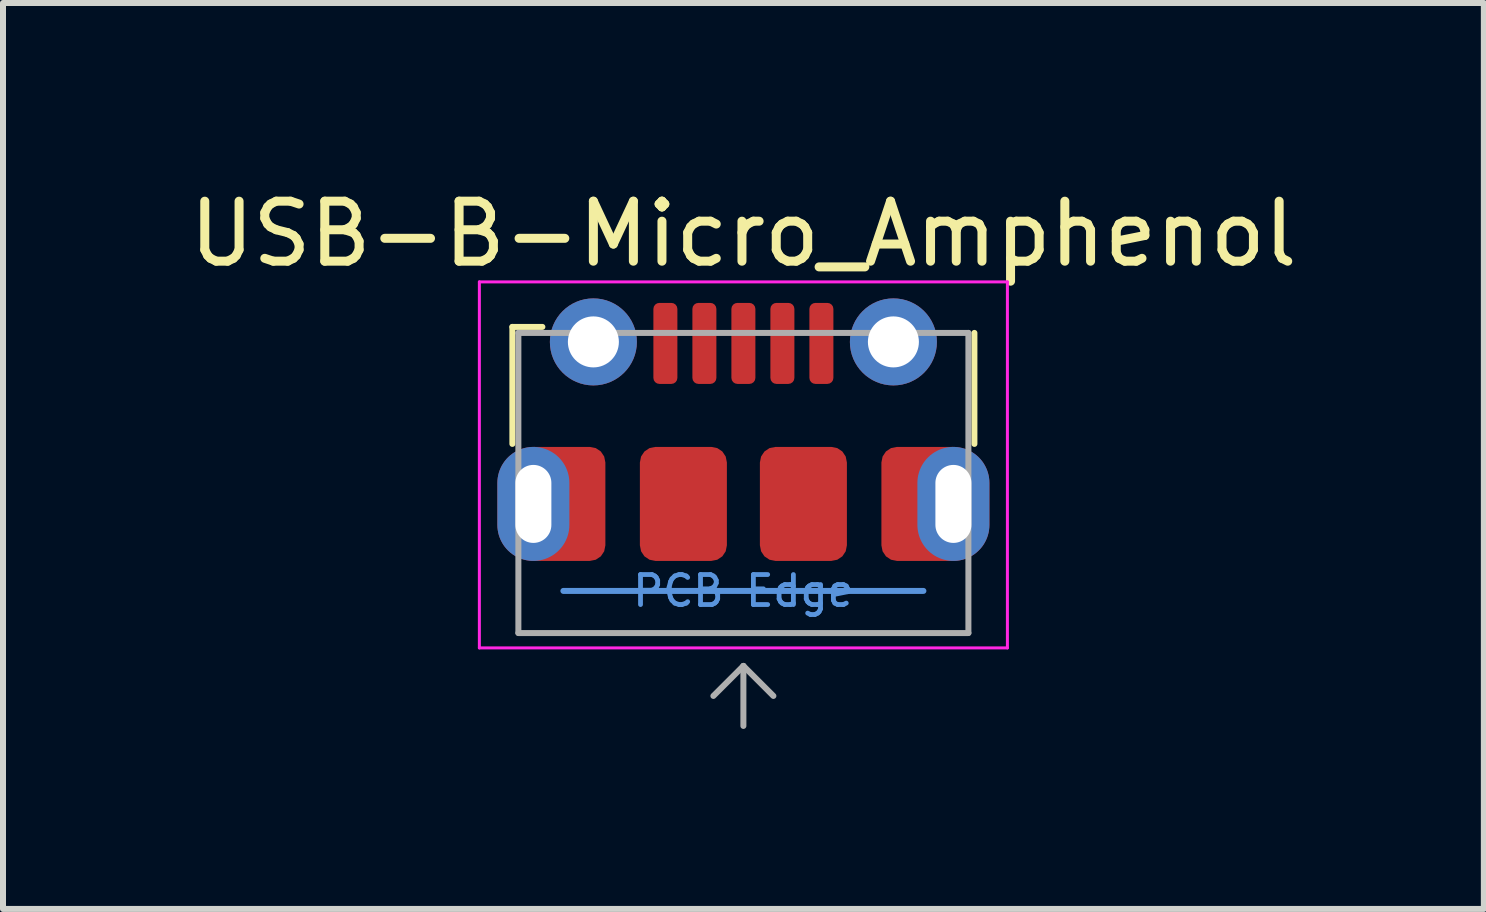
<source format=kicad_pcb>
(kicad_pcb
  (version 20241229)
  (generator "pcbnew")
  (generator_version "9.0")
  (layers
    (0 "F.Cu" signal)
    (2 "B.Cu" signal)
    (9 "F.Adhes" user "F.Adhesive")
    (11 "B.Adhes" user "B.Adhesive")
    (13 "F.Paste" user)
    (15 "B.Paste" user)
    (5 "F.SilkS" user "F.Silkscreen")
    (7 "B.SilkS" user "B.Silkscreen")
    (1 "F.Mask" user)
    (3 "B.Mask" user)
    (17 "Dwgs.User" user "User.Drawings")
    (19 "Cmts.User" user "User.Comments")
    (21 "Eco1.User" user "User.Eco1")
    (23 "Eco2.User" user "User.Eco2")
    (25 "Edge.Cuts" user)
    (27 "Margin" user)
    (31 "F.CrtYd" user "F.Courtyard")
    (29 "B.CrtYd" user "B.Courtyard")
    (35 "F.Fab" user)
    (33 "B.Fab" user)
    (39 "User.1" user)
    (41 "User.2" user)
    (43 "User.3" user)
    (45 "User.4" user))
  (footprint "USB-B-Micro_Amphenol"
    (layer "F.Cu")
    (at 9.339 5.348)
    (property "Reference" "USB-B-Micro_Amphenol" (at 0 -4.5 0) (layer "F.SilkS") (effects (font (size 1 1) (thickness 0.15))))
    (attr through_hole)
    (fp_line (start -3.85 -2.95) (end -3.85 -1) (stroke (width 0.1) (type solid)) (layer "F.SilkS"))
    (fp_line (start -3.85 -2.95) (end -3.35 -2.95) (stroke (width 0.1) (type solid)) (layer "F.SilkS"))
    (fp_line (start 3.85 -1) (end 3.85 -2.85) (stroke (width 0.1) (type solid)) (layer "F.SilkS"))
    (fp_line (start -3 1.45) (end 3 1.45) (stroke (width 0.1) (type solid)) (layer "Cmts.User"))
    (fp_line (start -4.4 -3.7) (end 4.4 -3.7) (stroke (width 0.05) (type solid)) (layer "F.CrtYd"))
    (fp_line (start -4.4 2.4) (end -4.4 -3.7) (stroke (width 0.05) (type solid)) (layer "F.CrtYd"))
    (fp_line (start -4.4 2.4) (end 4.4 2.4) (stroke (width 0.05) (type solid)) (layer "F.CrtYd"))
    (fp_line (start 4.4 -3.7) (end 4.4 2.4) (stroke (width 0.05) (type solid)) (layer "F.CrtYd"))
    (fp_line (start -3.75 -2.85) (end 3.75 -2.85) (stroke (width 0.1) (type solid)) (layer "F.Fab"))
    (fp_line (start -3.75 2.15) (end -3.75 -2.85) (stroke (width 0.1) (type solid)) (layer "F.Fab"))
    (fp_line (start -3.75 2.152) (end 3.75 2.152) (stroke (width 0.1) (type solid)) (layer "F.Fab"))
    (fp_line (start -0.5 3.2) (end 0 2.7) (stroke (width 0.1) (type solid)) (layer "F.Fab"))
    (fp_line (start 0 2.7) (end 0 3.7) (stroke (width 0.1) (type solid)) (layer "F.Fab"))
    (fp_line (start 0 2.7) (end 0.5 3.2) (stroke (width 0.1) (type solid)) (layer "F.Fab"))
    (fp_line (start 3.75 2.15) (end 3.75 -2.85) (stroke (width 0.1) (type solid)) (layer "F.Fab"))
    (fp_text user "PCB Edge" (at 0 1.45 0) (layer "Cmts.User") (effects (font (size 0.5 0.5) (thickness 0.08))))
    (pad "1" smd roundrect (at -1.3 -2.675) (size 0.4 1.35) (layers "F.Cu" "F.Mask" "F.Paste") (roundrect_rratio 0.25))
    (pad "2" smd roundrect (at -0.65 -2.675) (size 0.4 1.35) (layers "F.Cu" "F.Mask" "F.Paste") (roundrect_rratio 0.25))
    (pad "3" smd roundrect (at 0 -2.675) (size 0.4 1.35) (layers "F.Cu" "F.Mask" "F.Paste") (roundrect_rratio 0.25))
    (pad "4" smd roundrect (at 0.65 -2.675) (size 0.4 1.35) (layers "F.Cu" "F.Mask" "F.Paste") (roundrect_rratio 0.25))
    (pad "5" smd roundrect (at 1.3 -2.675) (size 0.4 1.35) (layers "F.Cu" "F.Mask" "F.Paste") (roundrect_rratio 0.25))
    (pad "SH" thru_hole oval (at -3.5 0 180) (size 1.2 1.9) (drill oval 0.6 1.3) (layers "*.Cu" "*.Mask"))
    (pad "SH" smd roundrect (at -3.025 0) (size 1.45 1.9) (layers "F.Cu" "F.Mask") (roundrect_rratio 0.179))
    (pad "SH" thru_hole circle (at -2.5 -2.7) (size 1.45 1.45) (drill 0.85) (layers "*.Cu" "*.Mask"))
    (pad "SH" smd roundrect (at -1 0) (size 1.45 1.9) (layers "F.Cu" "F.Mask") (roundrect_rratio 0.179))
    (pad "SH" smd roundrect (at 1 0) (size 1.45 1.9) (layers "F.Cu" "F.Mask") (roundrect_rratio 0.179))
    (pad "SH" thru_hole circle (at 2.5 -2.7) (size 1.45 1.45) (drill 0.85) (layers "*.Cu" "*.Mask"))
    (pad "SH" smd roundrect (at 3.025 0) (size 1.45 1.9) (layers "F.Cu" "F.Mask") (roundrect_rratio 0.179))
    (pad "SH" thru_hole oval (at 3.5 0 180) (size 1.2 1.9) (drill oval 0.6 1.3) (layers "*.Cu" "*.Mask")))
  (gr_rect
    (start -3 -3)
    (end 21.679 12.098)
    (stroke (width 0.1) (type default))
    (fill no)
    (layer "Edge.Cuts")))
</source>
